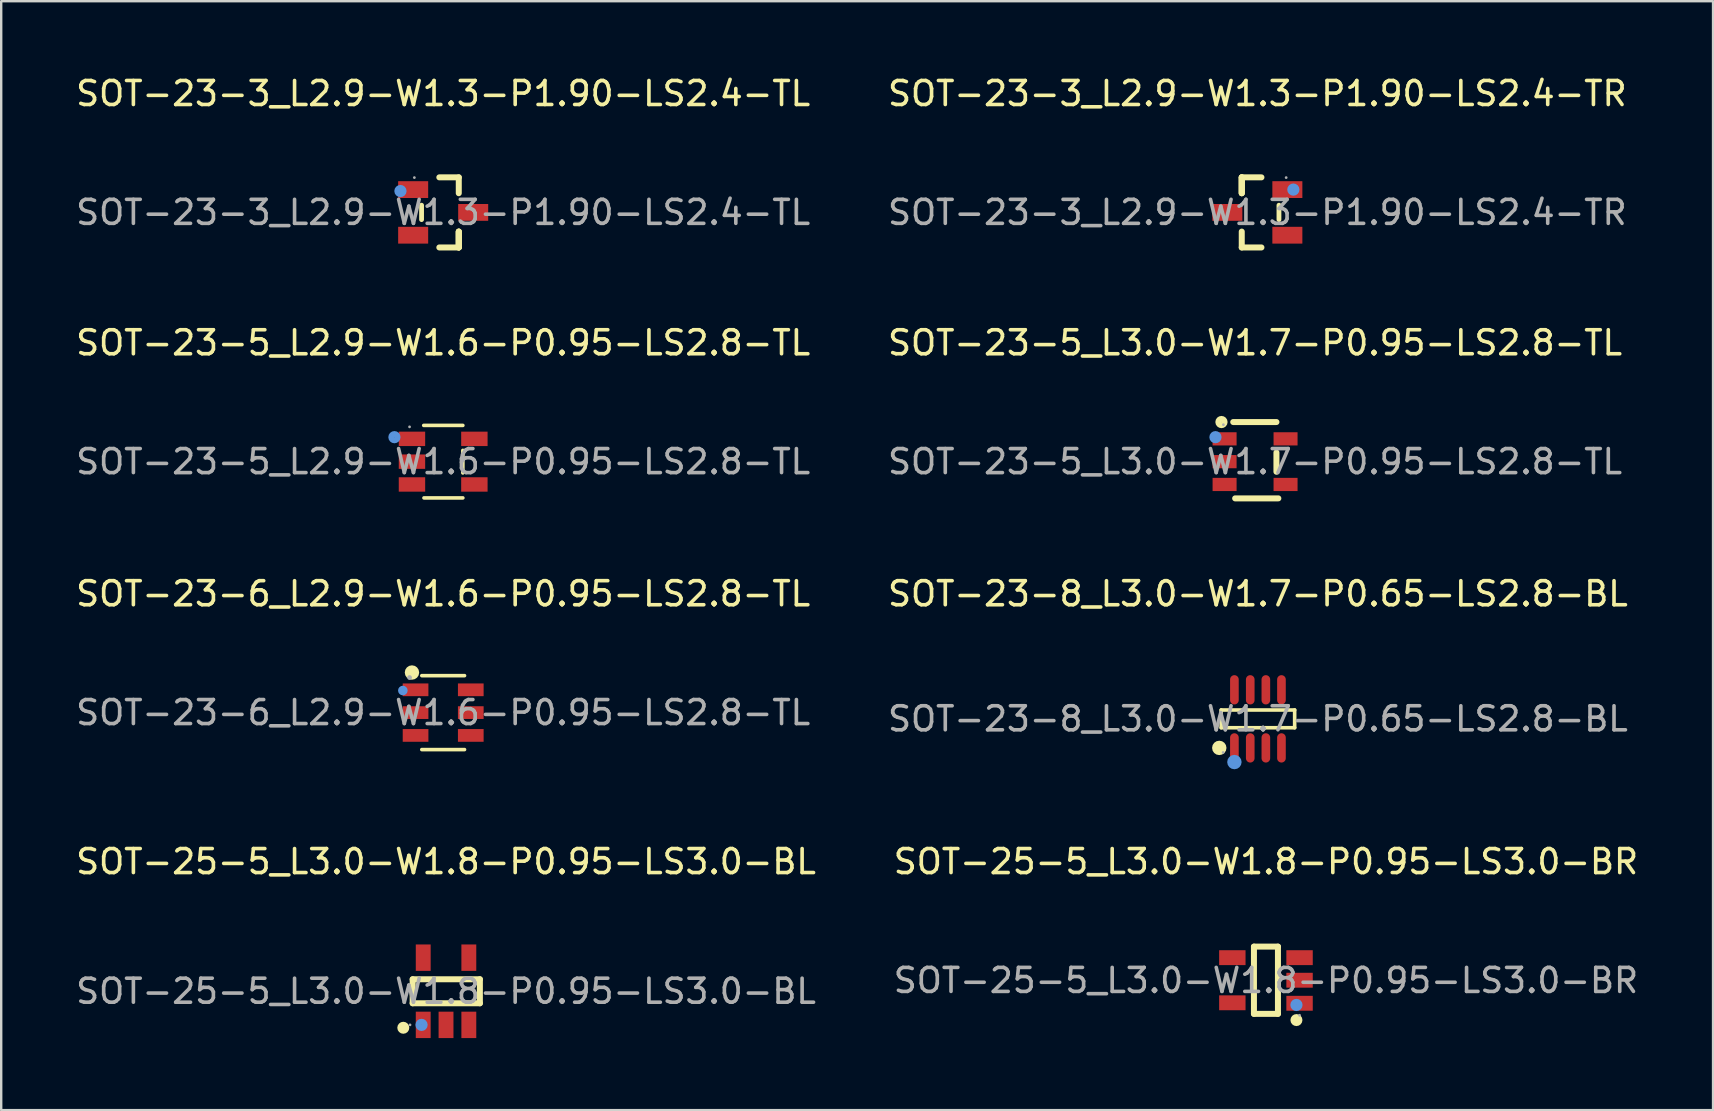
<source format=kicad_pcb>
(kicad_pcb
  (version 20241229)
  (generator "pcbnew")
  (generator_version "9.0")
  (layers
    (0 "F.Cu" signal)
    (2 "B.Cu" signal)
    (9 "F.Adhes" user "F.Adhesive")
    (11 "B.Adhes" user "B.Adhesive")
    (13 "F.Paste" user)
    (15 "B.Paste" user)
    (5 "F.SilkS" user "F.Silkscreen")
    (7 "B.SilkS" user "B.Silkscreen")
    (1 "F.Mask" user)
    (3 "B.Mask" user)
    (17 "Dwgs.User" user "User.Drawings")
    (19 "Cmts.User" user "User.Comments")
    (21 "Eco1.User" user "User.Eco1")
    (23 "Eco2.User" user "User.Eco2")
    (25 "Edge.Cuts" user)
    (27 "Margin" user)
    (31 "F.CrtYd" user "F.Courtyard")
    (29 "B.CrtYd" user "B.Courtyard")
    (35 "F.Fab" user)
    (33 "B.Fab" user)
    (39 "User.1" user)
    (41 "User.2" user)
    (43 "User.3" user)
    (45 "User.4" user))
  (footprint "SOT-23-5_L2.9-W1.6-P0.95-LS2.8-TL"
    (layer "F.Cu")
    (at 15.411 16.181)
    (property "Reference" "SOT-23-5_L2.9-W1.6-P0.95-LS2.8-TL" (at 0 -4.95 0) (layer "F.SilkS") (effects (font (size 1 1) (thickness 0.15))))
    (attr through_hole)
    (fp_line (start -0.81 -1.51) (end 0.82 -1.51) (stroke (width 0.15) (type solid)) (layer "F.SilkS"))
    (fp_line (start -0.8 1.51) (end 0.82 1.51) (stroke (width 0.15) (type solid)) (layer "F.SilkS"))
    (fp_line (start 0.82 -0.47) (end 0.82 0.47) (stroke (width 0.15) (type solid)) (layer "F.SilkS"))
    (fp_circle (center -2.03 -1.02) (end -1.9 -1.02) (stroke (width 0.25) (type solid)) (fill no) (layer "Cmts.User"))
    (fp_circle (center -1.4 -1.45) (end -1.37 -1.45) (stroke (width 0.06) (type solid)) (fill no) (layer "F.Fab"))
    (fp_text user "${REFERENCE}" (at 0 0 0) (layer "F.Fab") (effects (font (size 1 1) (thickness 0.15))))
    (pad "1" smd rect (at -1.3 -0.95) (size 1.1 0.6) (layers "F.Cu" "F.Mask" "F.Paste"))
    (pad "2" smd rect (at -1.3 0) (size 1.1 0.6) (layers "F.Cu" "F.Mask" "F.Paste"))
    (pad "3" smd rect (at -1.3 0.95) (size 1.1 0.6) (layers "F.Cu" "F.Mask" "F.Paste"))
    (pad "4" smd rect (at 1.3 0.95) (size 1.1 0.6) (layers "F.Cu" "F.Mask" "F.Paste"))
    (pad "5" smd rect (at 1.3 -0.95) (size 1.1 0.6) (layers "F.Cu" "F.Mask" "F.Paste")))
  (footprint "SOT-23-3_L2.9-W1.3-P1.90-LS2.4-TL"
    (layer "F.Cu")
    (at 15.411 5.798)
    (property "Reference" "SOT-23-3_L2.9-W1.3-P1.90-LS2.4-TL" (at 0 -4.95 0) (layer "F.SilkS") (effects (font (size 1 1) (thickness 0.15))))
    (attr through_hole)
    (fp_line (start -0.9 -0.3) (end -0.9 0.3) (stroke (width 0.2) (type solid)) (layer "F.SilkS"))
    (fp_line (start -0.16 -1.46) (end 0.65 -1.46) (stroke (width 0.25) (type solid)) (layer "F.SilkS"))
    (fp_line (start 0.65 -1.46) (end 0.65 -0.8) (stroke (width 0.25) (type solid)) (layer "F.SilkS"))
    (fp_line (start 0.65 0.8) (end 0.65 1.46) (stroke (width 0.25) (type solid)) (layer "F.SilkS"))
    (fp_line (start 0.65 0.8) (end 0.65 1.46) (stroke (width 0.25) (type solid)) (layer "F.SilkS"))
    (fp_line (start 0.65 1.46) (end -0.16 1.46) (stroke (width 0.25) (type solid)) (layer "F.SilkS"))
    (fp_line (start 0.65 1.46) (end 0.65 0.8) (stroke (width 0.25) (type solid)) (layer "F.SilkS"))
    (fp_circle (center -1.78 -0.89) (end -1.65 -0.89) (stroke (width 0.25) (type solid)) (fill no) (layer "Cmts.User"))
    (fp_circle (center -1.2 -1.45) (end -1.17 -1.45) (stroke (width 0.06) (type solid)) (fill no) (layer "F.Fab"))
    (fp_text user "${REFERENCE}" (at 0 0 0) (layer "F.Fab") (effects (font (size 1 1) (thickness 0.15))))
    (pad "1" smd rect (at -1.25 -0.95 90) (size 0.7 1.25) (layers "F.Cu" "F.Mask" "F.Paste"))
    (pad "2" smd rect (at -1.25 0.95 90) (size 0.7 1.25) (layers "F.Cu" "F.Mask" "F.Paste"))
    (pad "3" smd rect (at 1.25 0 90) (size 0.7 1.25) (layers "F.Cu" "F.Mask" "F.Paste")))
  (footprint "SOT-25-5_L3.0-W1.8-P0.95-LS3.0-BR"
    (layer "F.Cu")
    (at 49.685 37.793)
    (property "Reference" "SOT-25-5_L3.0-W1.8-P0.95-LS3.0-BR" (at 0 -4.95 0) (layer "F.SilkS") (effects (font (size 1 1) (thickness 0.15))))
    (attr through_hole)
    (fp_line (start -0.5 -1.41) (end 0.5 -1.41) (stroke (width 0.25) (type solid)) (layer "F.SilkS"))
    (fp_line (start -0.5 1.39) (end -0.5 -1.41) (stroke (width 0.25) (type solid)) (layer "F.SilkS"))
    (fp_line (start 0.5 -1.41) (end 0.5 1.39) (stroke (width 0.25) (type solid)) (layer "F.SilkS"))
    (fp_line (start 0.5 1.39) (end -0.5 1.39) (stroke (width 0.25) (type solid)) (layer "F.SilkS"))
    (fp_arc (start 1.27 1.65) (mid 1.27 1.65) (end 1.27 1.65) (stroke (width 0.25) (type solid)) (layer "F.SilkS"))
    (fp_circle (center 1.27 1.02) (end 1.4 1.02) (stroke (width 0.25) (type solid)) (fill no) (layer "Cmts.User"))
    (fp_circle (center 1.4 1.45) (end 1.43 1.45) (stroke (width 0.06) (type solid)) (fill no) (layer "F.Fab"))
    (fp_text user "${REFERENCE}" (at 0 0 0) (layer "F.Fab") (effects (font (size 1 1) (thickness 0.15))))
    (pad "1" smd rect (at 1.4 0.95 90) (size 0.62 1.1) (layers "F.Cu" "F.Mask" "F.Paste"))
    (pad "2" smd rect (at 1.4 -0.01 90) (size 0.62 1.1) (layers "F.Cu" "F.Mask" "F.Paste"))
    (pad "3" smd rect (at 1.4 -0.95 90) (size 0.62 1.1) (layers "F.Cu" "F.Mask" "F.Paste"))
    (pad "4" smd rect (at -1.4 -0.95 90) (size 0.62 1.1) (layers "F.Cu" "F.Mask" "F.Paste"))
    (pad "5" smd rect (at -1.4 0.93 90) (size 0.62 1.1) (layers "F.Cu" "F.Mask" "F.Paste")))
  (footprint "SOT-25-5_L3.0-W1.8-P0.95-LS3.0-BL"
    (layer "F.Cu")
    (at 15.53 38.243)
    (property "Reference" "SOT-25-5_L3.0-W1.8-P0.95-LS3.0-BL" (at 0 -5.4 0) (layer "F.SilkS") (effects (font (size 1 1) (thickness 0.15))))
    (attr through_hole)
    (fp_line (start -1.39 -0.5) (end 1.41 -0.5) (stroke (width 0.25) (type solid)) (layer "F.SilkS"))
    (fp_line (start -1.39 0.5) (end -1.39 -0.5) (stroke (width 0.25) (type solid)) (layer "F.SilkS"))
    (fp_line (start 1.41 -0.5) (end 1.41 0.5) (stroke (width 0.25) (type solid)) (layer "F.SilkS"))
    (fp_line (start 1.41 0.5) (end -1.39 0.5) (stroke (width 0.25) (type solid)) (layer "F.SilkS"))
    (fp_arc (start -1.78 1.52) (mid -1.78 1.52) (end -1.78 1.52) (stroke (width 0.25) (type solid)) (layer "F.SilkS"))
    (fp_circle (center -1.02 1.4) (end -0.89 1.4) (stroke (width 0.25) (type solid)) (fill no) (layer "Cmts.User"))
    (fp_circle (center -1.5 1.4) (end -1.47 1.4) (stroke (width 0.06) (type solid)) (fill no) (layer "F.Fab"))
    (fp_text user "${REFERENCE}" (at 0 0 0) (layer "F.Fab") (effects (font (size 1 1) (thickness 0.15))))
    (pad "1" smd rect (at -0.95 1.4) (size 0.62 1.1) (layers "F.Cu" "F.Mask" "F.Paste"))
    (pad "2" smd rect (at 0 1.4) (size 0.62 1.1) (layers "F.Cu" "F.Mask" "F.Paste"))
    (pad "3" smd rect (at 0.95 1.4) (size 0.62 1.1) (layers "F.Cu" "F.Mask" "F.Paste"))
    (pad "4" smd rect (at 0.95 -1.4) (size 0.62 1.1) (layers "F.Cu" "F.Mask" "F.Paste"))
    (pad "5" smd rect (at -0.95 -1.4) (size 0.62 1.1) (layers "F.Cu" "F.Mask" "F.Paste")))
  (footprint "SOT-23-5_L3.0-W1.7-P0.95-LS2.8-TL"
    (layer "F.Cu")
    (at 49.232 16.181)
    (property "Reference" "SOT-23-5_L3.0-W1.7-P0.95-LS2.8-TL" (at 0 -4.95 0) (layer "F.SilkS") (effects (font (size 1 1) (thickness 0.15))))
    (attr through_hole)
    (fp_line (start 0.89 -1.65) (end -0.91 -1.65) (stroke (width 0.25) (type solid)) (layer "F.SilkS"))
    (fp_line (start 0.89 -0.38) (end 0.89 0.42) (stroke (width 0.25) (type solid)) (layer "F.SilkS"))
    (fp_line (start 0.97 1.53) (end -0.83 1.53) (stroke (width 0.25) (type solid)) (layer "F.SilkS"))
    (fp_circle (center -1.4 -1.65) (end -1.27 -1.65) (stroke (width 0.25) (type solid)) (fill no) (layer "F.SilkS"))
    (fp_circle (center -1.65 -1.02) (end -1.52 -1.02) (stroke (width 0.25) (type solid)) (fill no) (layer "Cmts.User"))
    (fp_circle (center -1.32 -1.54) (end -1.29 -1.54) (stroke (width 0.06) (type solid)) (fill no) (layer "F.Fab"))
    (fp_text user "${REFERENCE}" (at 0 0 0) (layer "F.Fab") (effects (font (size 1 1) (thickness 0.15))))
    (pad "1" smd rect (at -1.27 -0.95 270) (size 0.55 1) (layers "F.Cu" "F.Mask" "F.Paste"))
    (pad "2" smd rect (at -1.27 0 270) (size 0.55 1) (layers "F.Cu" "F.Mask" "F.Paste"))
    (pad "3" smd rect (at -1.27 0.95 270) (size 0.55 1) (layers "F.Cu" "F.Mask" "F.Paste"))
    (pad "4" smd rect (at 1.27 0.95 270) (size 0.55 1) (layers "F.Cu" "F.Mask" "F.Paste"))
    (pad "5" smd rect (at 1.27 -0.95 270) (size 0.55 1) (layers "F.Cu" "F.Mask" "F.Paste")))
  (footprint "SOT-23-3_L2.9-W1.3-P1.90-LS2.4-TR"
    (layer "F.Cu")
    (at 49.327 5.798)
    (property "Reference" "SOT-23-3_L2.9-W1.3-P1.90-LS2.4-TR" (at 0 -4.95 0) (layer "F.SilkS") (effects (font (size 1 1) (thickness 0.15))))
    (attr through_hole)
    (fp_line (start -0.65 -1.46) (end -0.65 -0.8) (stroke (width 0.25) (type solid)) (layer "F.SilkS"))
    (fp_line (start -0.65 -1.46) (end 0.17 -1.46) (stroke (width 0.25) (type solid)) (layer "F.SilkS"))
    (fp_line (start -0.65 -0.8) (end -0.65 -1.46) (stroke (width 0.25) (type solid)) (layer "F.SilkS"))
    (fp_line (start -0.65 -0.8) (end -0.65 -1.46) (stroke (width 0.25) (type solid)) (layer "F.SilkS"))
    (fp_line (start -0.65 1.46) (end -0.65 0.8) (stroke (width 0.25) (type solid)) (layer "F.SilkS"))
    (fp_line (start 0.17 1.46) (end -0.65 1.46) (stroke (width 0.25) (type solid)) (layer "F.SilkS"))
    (fp_line (start 0.9 0.3) (end 0.9 -0.3) (stroke (width 0.2) (type solid)) (layer "F.SilkS"))
    (fp_circle (center 1.5 -0.95) (end 1.63 -0.95) (stroke (width 0.25) (type solid)) (fill no) (layer "Cmts.User"))
    (fp_circle (center 1.2 -1.45) (end 1.23 -1.45) (stroke (width 0.06) (type solid)) (fill no) (layer "F.Fab"))
    (fp_text user "${REFERENCE}" (at 0 0 0) (layer "F.Fab") (effects (font (size 1 1) (thickness 0.15))))
    (pad "1" smd rect (at 1.25 -0.95 270) (size 0.7 1.25) (layers "F.Cu" "F.Mask" "F.Paste"))
    (pad "2" smd rect (at 1.25 0.95 270) (size 0.7 1.25) (layers "F.Cu" "F.Mask" "F.Paste"))
    (pad "3" smd rect (at -1.25 0 270) (size 0.7 1.25) (layers "F.Cu" "F.Mask" "F.Paste")))
  (footprint "SOT-23-8_L3.0-W1.7-P0.65-LS2.8-BL"
    (layer "F.Cu")
    (at 49.351 26.895)
    (property "Reference" "SOT-23-8_L3.0-W1.7-P0.65-LS2.8-BL" (at 0 -5.21 0) (layer "F.SilkS") (effects (font (size 1 1) (thickness 0.15))))
    (attr through_hole)
    (fp_line (start -1.53 -0.37) (end 1.53 -0.37) (stroke (width 0.15) (type solid)) (layer "F.SilkS"))
    (fp_line (start -1.53 0.37) (end -1.53 -0.37) (stroke (width 0.15) (type solid)) (layer "F.SilkS"))
    (fp_line (start 1.53 -0.37) (end 1.53 0.37) (stroke (width 0.15) (type solid)) (layer "F.SilkS"))
    (fp_line (start 1.53 0.37) (end -1.53 0.37) (stroke (width 0.15) (type solid)) (layer "F.SilkS"))
    (fp_circle (center -1.61 1.21) (end -1.46 1.21) (stroke (width 0.3) (type solid)) (fill no) (layer "F.SilkS"))
    (fp_circle (center -0.98 1.8) (end -0.83 1.8) (stroke (width 0.3) (type solid)) (fill no) (layer "Cmts.User"))
    (fp_circle (center -1.45 1.4) (end -1.42 1.4) (stroke (width 0.06) (type solid)) (fill no) (layer "F.Fab"))
    (fp_text user "${REFERENCE}" (at 0 0 0) (layer "F.Fab") (effects (font (size 1 1) (thickness 0.15))))
    (pad "1" smd oval (at -0.98 1.21) (size 0.36 1.22) (layers "F.Cu" "F.Mask" "F.Paste"))
    (pad "2" smd oval (at -0.32 1.21) (size 0.36 1.22) (layers "F.Cu" "F.Mask" "F.Paste"))
    (pad "3" smd oval (at 0.33 1.21) (size 0.36 1.22) (layers "F.Cu" "F.Mask" "F.Paste"))
    (pad "4" smd oval (at 0.98 1.21) (size 0.36 1.22) (layers "F.Cu" "F.Mask" "F.Paste"))
    (pad "5" smd oval (at 0.98 -1.21) (size 0.36 1.22) (layers "F.Cu" "F.Mask" "F.Paste"))
    (pad "6" smd oval (at 0.33 -1.21) (size 0.36 1.22) (layers "F.Cu" "F.Mask" "F.Paste"))
    (pad "7" smd oval (at -0.32 -1.21) (size 0.36 1.22) (layers "F.Cu" "F.Mask" "F.Paste"))
    (pad "8" smd oval (at -0.98 -1.21) (size 0.36 1.22) (layers "F.Cu" "F.Mask" "F.Paste")))
  (footprint "SOT-23-6_L2.9-W1.6-P0.95-LS2.8-TL"
    (layer "F.Cu")
    (at 15.411 26.635)
    (property "Reference" "SOT-23-6_L2.9-W1.6-P0.95-LS2.8-TL" (at 0 -4.95 0) (layer "F.SilkS") (effects (font (size 1 1) (thickness 0.15))))
    (attr through_hole)
    (fp_line (start -0.89 -1.54) (end 0.89 -1.54) (stroke (width 0.15) (type solid)) (layer "F.SilkS"))
    (fp_line (start -0.89 1.54) (end 0.89 1.54) (stroke (width 0.15) (type solid)) (layer "F.SilkS"))
    (fp_circle (center -1.3 -1.67) (end -1.15 -1.67) (stroke (width 0.3) (type solid)) (fill no) (layer "F.SilkS"))
    (fp_circle (center -1.68 -0.92) (end -1.58 -0.92) (stroke (width 0.2) (type solid)) (fill no) (layer "Cmts.User"))
    (fp_circle (center -1.4 -1.46) (end -1.35 -1.46) (stroke (width 0.1) (type solid)) (fill no) (layer "F.Fab"))
    (fp_text user "${REFERENCE}" (at 0 0 0) (layer "F.Fab") (effects (font (size 1 1) (thickness 0.15))))
    (pad "1" smd rect (at -1.15 -0.95 270) (size 0.53 1.07) (layers "F.Cu" "F.Mask" "F.Paste"))
    (pad "2" smd rect (at -1.15 0 270) (size 0.53 1.07) (layers "F.Cu" "F.Mask" "F.Paste"))
    (pad "3" smd rect (at -1.15 0.95 270) (size 0.53 1.07) (layers "F.Cu" "F.Mask" "F.Paste"))
    (pad "4" smd rect (at 1.15 0.95 270) (size 0.53 1.07) (layers "F.Cu" "F.Mask" "F.Paste"))
    (pad "5" smd rect (at 1.15 0 270) (size 0.53 1.07) (layers "F.Cu" "F.Mask" "F.Paste"))
    (pad "6" smd rect (at 1.15 -0.95 270) (size 0.53 1.07) (layers "F.Cu" "F.Mask" "F.Paste")))
  (gr_rect
    (start -3 -3)
    (end 68.31 43.193)
    (stroke (width 0.1) (type default))
    (fill no)
    (layer "Edge.Cuts")))
</source>
